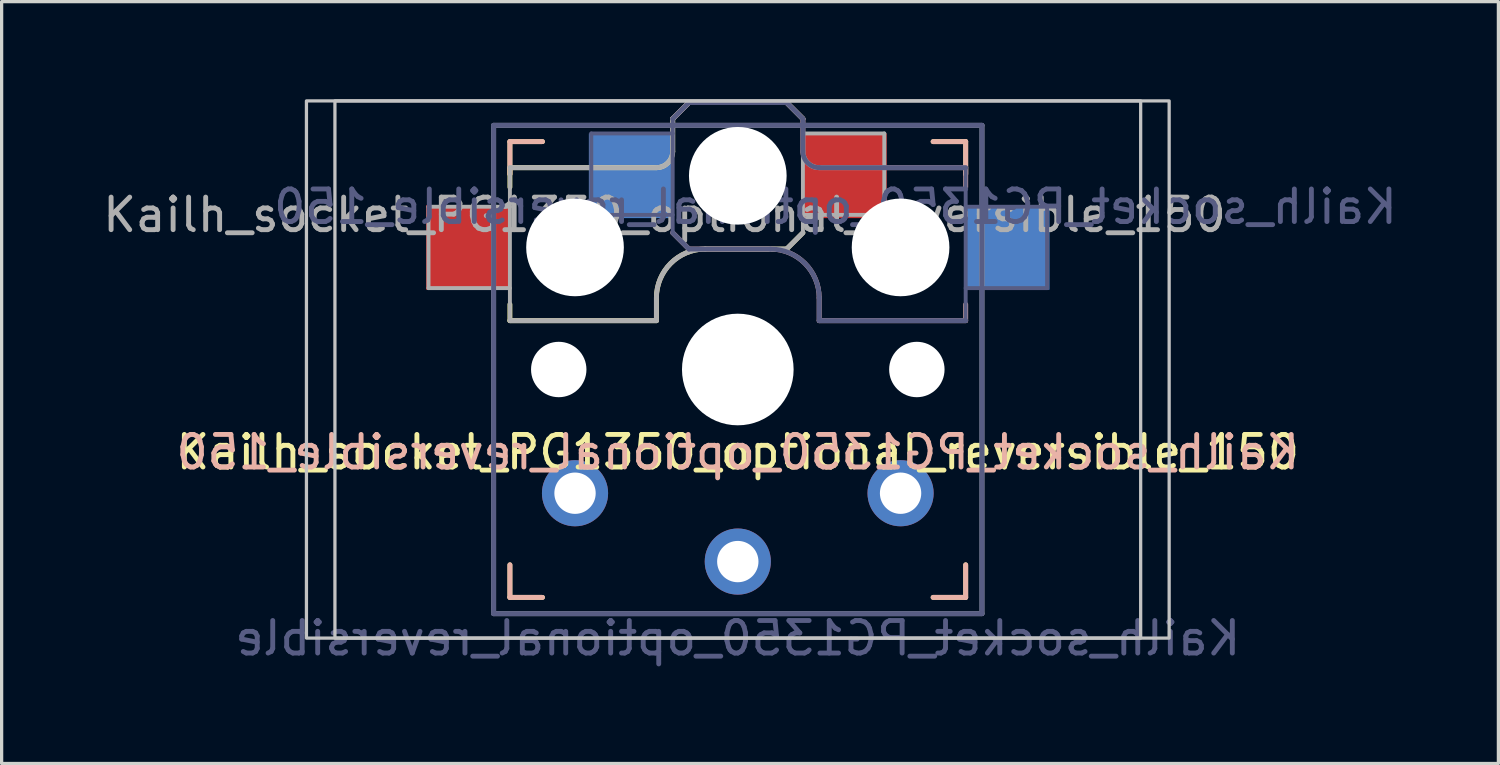
<source format=kicad_pcb>
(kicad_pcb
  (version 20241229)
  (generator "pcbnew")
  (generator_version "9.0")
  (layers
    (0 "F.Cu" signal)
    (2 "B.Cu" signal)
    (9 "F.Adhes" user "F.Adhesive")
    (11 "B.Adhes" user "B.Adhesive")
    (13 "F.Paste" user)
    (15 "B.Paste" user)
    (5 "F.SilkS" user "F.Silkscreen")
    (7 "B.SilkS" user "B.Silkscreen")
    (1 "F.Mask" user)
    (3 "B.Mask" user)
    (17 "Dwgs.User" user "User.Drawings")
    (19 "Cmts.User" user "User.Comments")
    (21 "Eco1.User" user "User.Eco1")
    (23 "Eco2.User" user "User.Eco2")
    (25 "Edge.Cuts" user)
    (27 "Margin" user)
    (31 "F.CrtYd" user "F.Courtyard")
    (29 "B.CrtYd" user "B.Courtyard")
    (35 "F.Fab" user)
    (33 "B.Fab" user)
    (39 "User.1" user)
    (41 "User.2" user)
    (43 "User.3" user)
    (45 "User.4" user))
  (footprint "Kailh_socket_PG1350_optional_reversible_150"
    (layer "F.Cu")
    (at 19.613 8.3)
    (property "Reference" "Kailh_socket_PG1350_optional_reversible_150" (at 0 2.54 0) (layer "F.SilkS") (effects (font (size 1 1) (thickness 0.15))))
    (property "Value" "Kailh_socket_PG1350_optional_reversible" (at 0 8.255 0) (layer "F.Fab") (hide yes) (effects (font (size 1 1) (thickness 0.15))))
    (attr through_hole)
    (fp_line (start -7 -7) (end -6 -7) (stroke (width 0.15) (type solid)) (layer "F.SilkS"))
    (fp_line (start -7 -6.2) (end -2.5 -6.2) (stroke (width 0.15) (type solid)) (layer "F.SilkS"))
    (fp_line (start -7 -6) (end -7 -7) (stroke (width 0.15) (type solid)) (layer "F.SilkS"))
    (fp_line (start -7 -5.6) (end -7 -6.2) (stroke (width 0.15) (type solid)) (layer "F.SilkS"))
    (fp_line (start -7 -1.5) (end -7 -2) (stroke (width 0.15) (type solid)) (layer "F.SilkS"))
    (fp_line (start -7 7) (end -7 6) (stroke (width 0.15) (type solid)) (layer "F.SilkS"))
    (fp_line (start -6 7) (end -7 7) (stroke (width 0.15) (type solid)) (layer "F.SilkS"))
    (fp_line (start -2.5 -2.2) (end -2.5 -1.5) (stroke (width 0.15) (type solid)) (layer "F.SilkS"))
    (fp_line (start -2.5 -1.5) (end -7 -1.5) (stroke (width 0.15) (type solid)) (layer "F.SilkS"))
    (fp_line (start -2 -6.7) (end -2 -7.7) (stroke (width 0.15) (type solid)) (layer "F.SilkS"))
    (fp_line (start -1.5 -8.2) (end -2 -7.7) (stroke (width 0.15) (type solid)) (layer "F.SilkS"))
    (fp_line (start 1.5 -8.2) (end -1.5 -8.2) (stroke (width 0.15) (type solid)) (layer "F.SilkS"))
    (fp_line (start 1.5 -3.7) (end -1 -3.7) (stroke (width 0.15) (type solid)) (layer "F.SilkS"))
    (fp_line (start 2 -7.7) (end 1.5 -8.2) (stroke (width 0.15) (type solid)) (layer "F.SilkS"))
    (fp_line (start 2 -4.2) (end 1.5 -3.7) (stroke (width 0.15) (type solid)) (layer "F.SilkS"))
    (fp_line (start 6 -7) (end 7 -7) (stroke (width 0.15) (type solid)) (layer "F.SilkS"))
    (fp_line (start 7 -7) (end 7 -6) (stroke (width 0.15) (type solid)) (layer "F.SilkS"))
    (fp_line (start 7 6) (end 7 7) (stroke (width 0.15) (type solid)) (layer "F.SilkS"))
    (fp_line (start 7 7) (end 6 7) (stroke (width 0.15) (type solid)) (layer "F.SilkS"))
    (fp_arc (start -2.5 -2.2) (mid -2.06066 -3.26066) (end -1 -3.7) (stroke (width 0.15) (type solid)) (layer "F.SilkS"))
    (fp_arc (start -2 -6.7) (mid -2.146447 -6.346447) (end -2.5 -6.2) (stroke (width 0.15) (type solid)) (layer "F.SilkS"))
    (fp_line (start -7 -7) (end -6 -7) (stroke (width 0.15) (type solid)) (layer "B.SilkS"))
    (fp_line (start -7 -6) (end -7 -7) (stroke (width 0.15) (type solid)) (layer "B.SilkS"))
    (fp_line (start -7 7) (end -7 6) (stroke (width 0.15) (type solid)) (layer "B.SilkS"))
    (fp_line (start -6 7) (end -7 7) (stroke (width 0.15) (type solid)) (layer "B.SilkS"))
    (fp_line (start -2 -7.7) (end -1.5 -8.2) (stroke (width 0.15) (type solid)) (layer "B.SilkS"))
    (fp_line (start -2 -4.2) (end -1.5 -3.7) (stroke (width 0.15) (type solid)) (layer "B.SilkS"))
    (fp_line (start -1.5 -8.2) (end 1.5 -8.2) (stroke (width 0.15) (type solid)) (layer "B.SilkS"))
    (fp_line (start -1.5 -3.7) (end 1 -3.7) (stroke (width 0.15) (type solid)) (layer "B.SilkS"))
    (fp_line (start 1.5 -8.2) (end 2 -7.7) (stroke (width 0.15) (type solid)) (layer "B.SilkS"))
    (fp_line (start 2 -6.7) (end 2 -7.7) (stroke (width 0.15) (type solid)) (layer "B.SilkS"))
    (fp_line (start 2.5 -2.2) (end 2.5 -1.5) (stroke (width 0.15) (type solid)) (layer "B.SilkS"))
    (fp_line (start 2.5 -1.5) (end 7 -1.5) (stroke (width 0.15) (type solid)) (layer "B.SilkS"))
    (fp_line (start 6 -7) (end 7 -7) (stroke (width 0.15) (type solid)) (layer "B.SilkS"))
    (fp_line (start 7 -7) (end 7 -6) (stroke (width 0.15) (type solid)) (layer "B.SilkS"))
    (fp_line (start 7 -6.2) (end 2.5 -6.2) (stroke (width 0.15) (type solid)) (layer "B.SilkS"))
    (fp_line (start 7 -5.6) (end 7 -6.2) (stroke (width 0.15) (type solid)) (layer "B.SilkS"))
    (fp_line (start 7 -1.5) (end 7 -2) (stroke (width 0.15) (type solid)) (layer "B.SilkS"))
    (fp_line (start 7 6) (end 7 7) (stroke (width 0.15) (type solid)) (layer "B.SilkS"))
    (fp_line (start 7 7) (end 6 7) (stroke (width 0.15) (type solid)) (layer "B.SilkS"))
    (fp_arc (start 1 -3.7) (mid 2.06066 -3.26066) (end 2.5 -2.2) (stroke (width 0.15) (type solid)) (layer "B.SilkS"))
    (fp_arc (start 2.5 -6.2) (mid 2.146447 -6.346447) (end 2 -6.7) (stroke (width 0.15) (type solid)) (layer "B.SilkS"))
    (fp_rect (start -13.25 -8.25) (end 13.25 8.25) (stroke (width 0.1) (type solid)) (fill no) (layer "Dwgs.User"))
    (fp_rect (start -12.375 -8.25) (end 12.375 8.25) (stroke (width 0.1) (type solid)) (fill no) (layer "Dwgs.User"))
    (fp_line (start -6.9 6.9) (end -6.9 -6.9) (stroke (width 0.15) (type solid)) (layer "Eco2.User"))
    (fp_line (start -6.9 6.9) (end 6.9 6.9) (stroke (width 0.15) (type solid)) (layer "Eco2.User"))
    (fp_line (start -2.6 -3.1) (end -2.6 -6.3) (stroke (width 0.15) (type solid)) (layer "Eco2.User"))
    (fp_line (start -2.6 -3.1) (end 2.6 -3.1) (stroke (width 0.15) (type solid)) (layer "Eco2.User"))
    (fp_line (start 2.6 -6.3) (end -2.6 -6.3) (stroke (width 0.15) (type solid)) (layer "Eco2.User"))
    (fp_line (start 2.6 -3.1) (end 2.6 -6.3) (stroke (width 0.15) (type solid)) (layer "Eco2.User"))
    (fp_line (start 6.9 -6.9) (end -6.9 -6.9) (stroke (width 0.15) (type solid)) (layer "Eco2.User"))
    (fp_line (start 6.9 -6.9) (end 6.9 6.9) (stroke (width 0.15) (type solid)) (layer "Eco2.User"))
    (fp_line (start -7.5 -7.5) (end 7.5 -7.5) (stroke (width 0.15) (type solid)) (layer "B.Fab"))
    (fp_line (start -7.5 7.5) (end -7.5 -7.5) (stroke (width 0.15) (type solid)) (layer "B.Fab"))
    (fp_line (start -4.5 -7.25) (end -2 -7.25) (stroke (width 0.12) (type solid)) (layer "B.Fab"))
    (fp_line (start -4.5 -4.75) (end -4.5 -7.25) (stroke (width 0.12) (type solid)) (layer "B.Fab"))
    (fp_line (start -2 -7.7) (end -1.5 -8.2) (stroke (width 0.15) (type solid)) (layer "B.Fab"))
    (fp_line (start -2 -4.75) (end -4.5 -4.75) (stroke (width 0.12) (type solid)) (layer "B.Fab"))
    (fp_line (start -2 -4.25) (end -2 -7.7) (stroke (width 0.12) (type solid)) (layer "B.Fab"))
    (fp_line (start -2 -4.2) (end -1.5 -3.7) (stroke (width 0.15) (type solid)) (layer "B.Fab"))
    (fp_line (start -1.5 -8.2) (end 1.5 -8.2) (stroke (width 0.15) (type solid)) (layer "B.Fab"))
    (fp_line (start -1.5 -3.7) (end 1 -3.7) (stroke (width 0.15) (type solid)) (layer "B.Fab"))
    (fp_line (start 1.5 -8.2) (end 2 -7.7) (stroke (width 0.15) (type solid)) (layer "B.Fab"))
    (fp_line (start 2 -6.7) (end 2 -7.7) (stroke (width 0.15) (type solid)) (layer "B.Fab"))
    (fp_line (start 2.5 -2.2) (end 2.5 -1.5) (stroke (width 0.15) (type solid)) (layer "B.Fab"))
    (fp_line (start 2.5 -1.5) (end 7 -1.5) (stroke (width 0.15) (type solid)) (layer "B.Fab"))
    (fp_line (start 7 -6.2) (end 2.5 -6.2) (stroke (width 0.15) (type solid)) (layer "B.Fab"))
    (fp_line (start 7 -5) (end 9.5 -5) (stroke (width 0.12) (type solid)) (layer "B.Fab"))
    (fp_line (start 7 -1.5) (end 7 -6.2) (stroke (width 0.12) (type solid)) (layer "B.Fab"))
    (fp_line (start 7.5 -7.5) (end 7.5 7.5) (stroke (width 0.15) (type solid)) (layer "B.Fab"))
    (fp_line (start 7.5 7.5) (end -7.5 7.5) (stroke (width 0.15) (type solid)) (layer "B.Fab"))
    (fp_line (start 9.5 -5) (end 9.5 -2.5) (stroke (width 0.12) (type solid)) (layer "B.Fab"))
    (fp_line (start 9.5 -2.5) (end 7 -2.5) (stroke (width 0.12) (type solid)) (layer "B.Fab"))
    (fp_arc (start 1 -3.7) (mid 2.06066 -3.26066) (end 2.5 -2.2) (stroke (width 0.15) (type solid)) (layer "B.Fab"))
    (fp_arc (start 2.5 -6.2) (mid 2.146447 -6.346447) (end 2 -6.7) (stroke (width 0.15) (type solid)) (layer "B.Fab"))
    (fp_line (start -9.5 -5) (end -9.5 -2.5) (stroke (width 0.12) (type solid)) (layer "F.Fab"))
    (fp_line (start -9.5 -2.5) (end -7 -2.5) (stroke (width 0.12) (type solid)) (layer "F.Fab"))
    (fp_line (start -7.5 -7.5) (end 7.5 -7.5) (stroke (width 0.15) (type solid)) (layer "F.Fab"))
    (fp_line (start -7.5 7.5) (end -7.5 -7.5) (stroke (width 0.15) (type solid)) (layer "F.Fab"))
    (fp_line (start -7 -6.2) (end -2.5 -6.2) (stroke (width 0.15) (type solid)) (layer "F.Fab"))
    (fp_line (start -7 -5) (end -9.5 -5) (stroke (width 0.12) (type solid)) (layer "F.Fab"))
    (fp_line (start -7 -1.5) (end -7 -6.2) (stroke (width 0.12) (type solid)) (layer "F.Fab"))
    (fp_line (start -2.5 -2.2) (end -2.5 -1.5) (stroke (width 0.15) (type solid)) (layer "F.Fab"))
    (fp_line (start -2.5 -1.5) (end -7 -1.5) (stroke (width 0.15) (type solid)) (layer "F.Fab"))
    (fp_line (start -2 -6.7) (end -2 -7.7) (stroke (width 0.15) (type solid)) (layer "F.Fab"))
    (fp_line (start -1.5 -8.2) (end -2 -7.7) (stroke (width 0.15) (type solid)) (layer "F.Fab"))
    (fp_line (start 1.5 -8.2) (end -1.5 -8.2) (stroke (width 0.15) (type solid)) (layer "F.Fab"))
    (fp_line (start 1.5 -3.7) (end -1 -3.7) (stroke (width 0.15) (type solid)) (layer "F.Fab"))
    (fp_line (start 2 -7.7) (end 1.5 -8.2) (stroke (width 0.15) (type solid)) (layer "F.Fab"))
    (fp_line (start 2 -4.75) (end 4.5 -4.75) (stroke (width 0.12) (type solid)) (layer "F.Fab"))
    (fp_line (start 2 -4.25) (end 2 -7.7) (stroke (width 0.12) (type solid)) (layer "F.Fab"))
    (fp_line (start 2 -4.2) (end 1.5 -3.7) (stroke (width 0.15) (type solid)) (layer "F.Fab"))
    (fp_line (start 4.5 -7.25) (end 2 -7.25) (stroke (width 0.12) (type solid)) (layer "F.Fab"))
    (fp_line (start 4.5 -4.75) (end 4.5 -7.25) (stroke (width 0.12) (type solid)) (layer "F.Fab"))
    (fp_line (start 7.5 -7.5) (end 7.5 7.5) (stroke (width 0.15) (type solid)) (layer "F.Fab"))
    (fp_line (start 7.5 7.5) (end -7.5 7.5) (stroke (width 0.15) (type solid)) (layer "F.Fab"))
    (fp_arc (start -2.5 -2.2) (mid -2.06066 -3.26066) (end -1 -3.7) (stroke (width 0.15) (type solid)) (layer "F.Fab"))
    (fp_arc (start -2 -6.7) (mid -2.146447 -6.346447) (end -2.5 -6.2) (stroke (width 0.15) (type solid)) (layer "F.Fab"))
    (fp_text user "${REFERENCE}" (at 0 2.54 0) (layer "B.SilkS") (effects (font (size 1 1) (thickness 0.15)) (justify mirror)))
    (fp_text user "${VALUE}" (at 0 8.255 0) (layer "B.Fab") (effects (font (size 1 1) (thickness 0.15)) (justify mirror)))
    (fp_text user "${REFERENCE}" (at 3 -5 180) (layer "B.Fab") (effects (font (size 1 1) (thickness 0.15)) (justify mirror)))
    (fp_text user "${REFERENCE}" (at -2.25 -4.75 0) (layer "F.Fab") (effects (font (size 1 1) (thickness 0.15))))
    (pad "" np_thru_hole circle (at -5.5 0) (size 1.702 1.702) (drill 1.702) (layers "*.Cu" "*.Mask"))
    (pad "" np_thru_hole circle (at -5 -3.75) (size 3 3) (drill 3) (layers "*.Cu" "*.Mask"))
    (pad "" np_thru_hole circle (at 0 -5.95) (size 3 3) (drill 3) (layers "*.Cu" "*.Mask"))
    (pad "" np_thru_hole circle (at 0 0) (size 3.429 3.429) (drill 3.429) (layers "*.Cu" "*.Mask"))
    (pad "" np_thru_hole circle (at 5 -3.75) (size 3 3) (drill 3) (layers "*.Cu" "*.Mask"))
    (pad "" np_thru_hole circle (at 5.5 0) (size 1.702 1.702) (drill 1.702) (layers "*.Cu" "*.Mask"))
    (pad "1" smd rect (at -3.275 -5.95) (size 2.6 2.6) (layers "B.Cu" "B.Mask" "B.Paste"))
    (pad "1" thru_hole circle (at 0 5.9) (size 2.032 2.032) (drill 1.27) (layers "*.Cu" "*.Mask"))
    (pad "1" smd rect (at 3.275 -5.95) (size 2.6 2.6) (layers "F.Cu" "F.Mask" "F.Paste"))
    (pad "2" smd rect (at -8.275 -3.75) (size 2.6 2.6) (layers "F.Cu" "F.Mask" "F.Paste"))
    (pad "2" thru_hole circle (at -5 3.8) (size 2.032 2.032) (drill 1.27) (layers "*.Cu" "*.Mask"))
    (pad "2" thru_hole circle (at 5 3.8) (size 2.032 2.032) (drill 1.27) (layers "*.Cu" "*.Mask"))
    (pad "2" smd rect (at 8.275 -3.75) (size 2.6 2.6) (layers "B.Cu" "B.Mask" "B.Paste")))
  (gr_rect
    (start -3 -3)
    (end 42.976 20.403)
    (stroke (width 0.1) (type default))
    (fill no)
    (layer "Edge.Cuts")))
</source>
